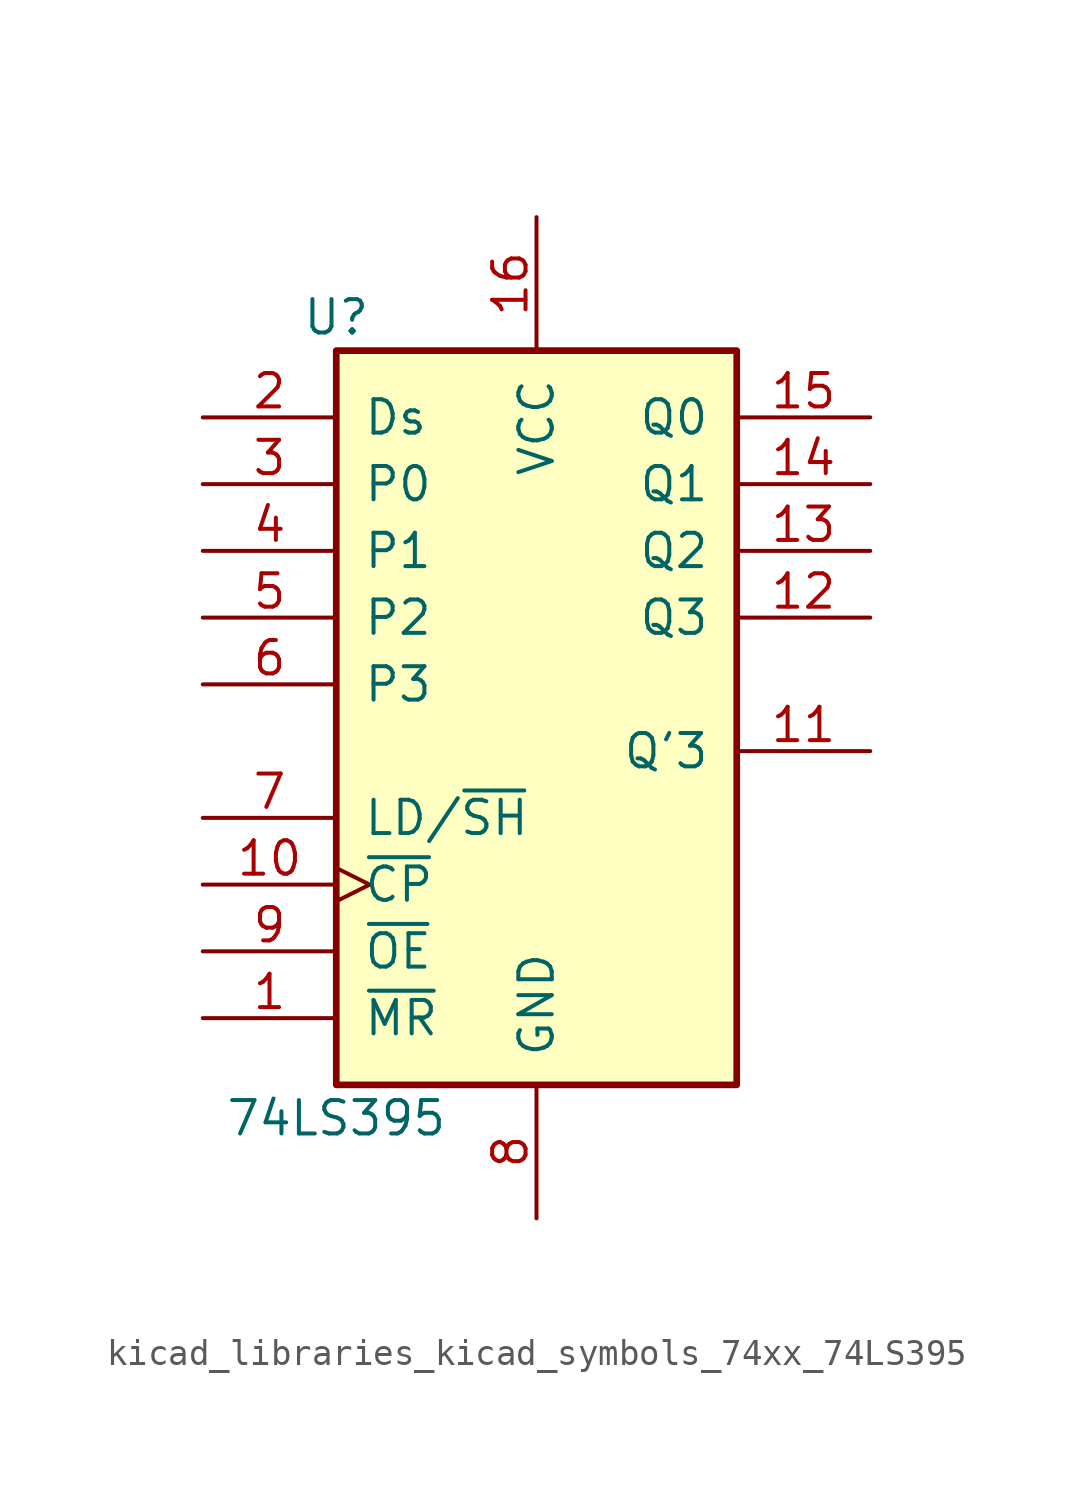
<source format=kicad_sym>
(kicad_symbol_lib
  (version 20220914)
  (generator kicad_symbol_editor)
  (symbol "kicad_libraries_kicad_symbols_74xx_74LS395"
    (pin_names
      (offset 1.016))
    (property "Reference" "U"
      (at -7.62 13.97 0)
      (effects (font (size 1.27 1.27))))
    (property "Value" "74LS395"
      (at -7.62 -16.51 0)
      (effects (font (size 1.27 1.27))))
    (property "ki_locked" ""
      (at 0 0 0)
      (effects (font (size 1.27 1.27))))
    (symbol "kicad_libraries_kicad_symbols_74xx_74LS395_1_0"
      (pin input line (at -12.7 -12.7 0) (length 5.08) (name "~{MR}" (effects (font (size 1.27 1.27)))) (number "1" (effects (font (size 1.27 1.27)))))
      (pin input clock (at -12.7 -7.62 0) (length 5.08) (name "~{CP}" (effects (font (size 1.27 1.27)))) (number "10" (effects (font (size 1.27 1.27)))))
      (pin output line (at 12.7 -2.54 180) (length 5.08) (name "Q'3" (effects (font (size 1.27 1.27)))) (number "11" (effects (font (size 1.27 1.27)))))
      (pin tri_state line (at 12.7 2.54 180) (length 5.08) (name "Q3" (effects (font (size 1.27 1.27)))) (number "12" (effects (font (size 1.27 1.27)))))
      (pin tri_state line (at 12.7 5.08 180) (length 5.08) (name "Q2" (effects (font (size 1.27 1.27)))) (number "13" (effects (font (size 1.27 1.27)))))
      (pin tri_state line (at 12.7 7.62 180) (length 5.08) (name "Q1" (effects (font (size 1.27 1.27)))) (number "14" (effects (font (size 1.27 1.27)))))
      (pin tri_state line (at 12.7 10.16 180) (length 5.08) (name "Q0" (effects (font (size 1.27 1.27)))) (number "15" (effects (font (size 1.27 1.27)))))
      (pin power_in line (at 0 17.78 270) (length 5.08) (name "VCC" (effects (font (size 1.27 1.27)))) (number "16" (effects (font (size 1.27 1.27)))))
      (pin input line (at -12.7 10.16 0) (length 5.08) (name "Ds" (effects (font (size 1.27 1.27)))) (number "2" (effects (font (size 1.27 1.27)))))
      (pin input line (at -12.7 7.62 0) (length 5.08) (name "P0" (effects (font (size 1.27 1.27)))) (number "3" (effects (font (size 1.27 1.27)))))
      (pin input line (at -12.7 5.08 0) (length 5.08) (name "P1" (effects (font (size 1.27 1.27)))) (number "4" (effects (font (size 1.27 1.27)))))
      (pin input line (at -12.7 2.54 0) (length 5.08) (name "P2" (effects (font (size 1.27 1.27)))) (number "5" (effects (font (size 1.27 1.27)))))
      (pin input line (at -12.7 0 0) (length 5.08) (name "P3" (effects (font (size 1.27 1.27)))) (number "6" (effects (font (size 1.27 1.27)))))
      (pin input line (at -12.7 -5.08 0) (length 5.08) (name "LD/~{SH}" (effects (font (size 1.27 1.27)))) (number "7" (effects (font (size 1.27 1.27)))))
      (pin power_in line (at 0 -20.32 90) (length 5.08) (name "GND" (effects (font (size 1.27 1.27)))) (number "8" (effects (font (size 1.27 1.27)))))
      (pin input line (at -12.7 -10.16 0) (length 5.08) (name "~{OE}" (effects (font (size 1.27 1.27)))) (number "9" (effects (font (size 1.27 1.27))))))
    (symbol "kicad_libraries_kicad_symbols_74xx_74LS395_1_1"
      (rectangle (start -7.62 12.7) (end 7.62 -15.24) (stroke (width 0.254) (type default)) (fill (type background))))))
</source>
